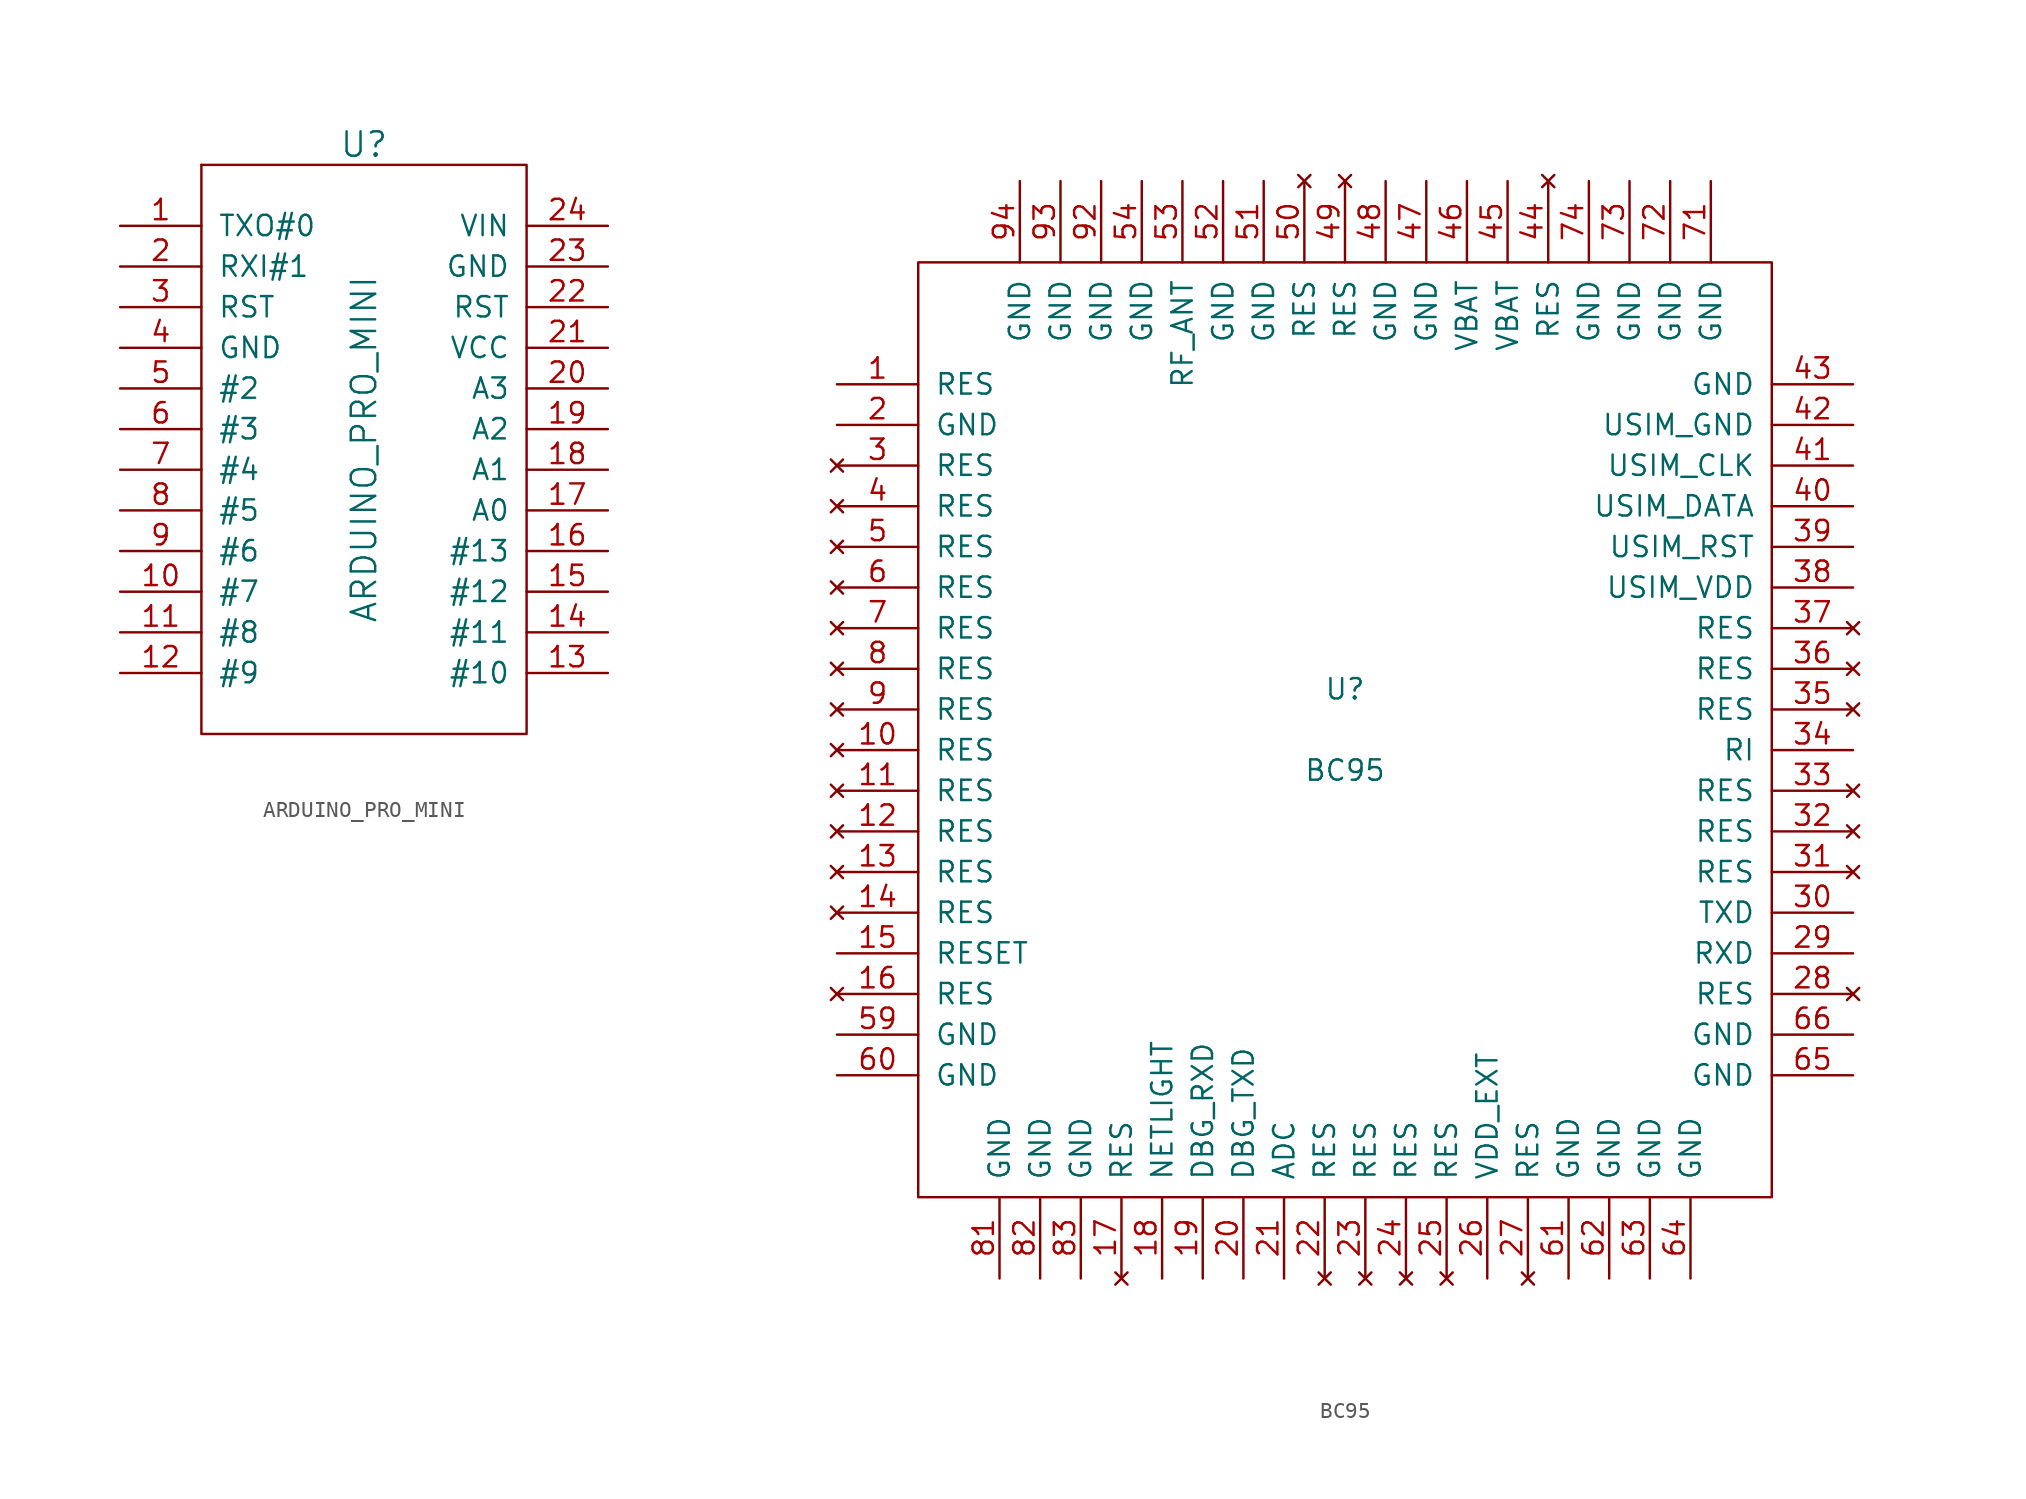
<source format=kicad_sym>
(kicad_symbol_lib
  (version 20211014)
  (generator kicad_symbol_editor)
  (symbol "ARDUINO_PRO_MINI"
    (pin_names
      (offset 1.016))
    (property "Reference" "U"
      (at 0 19.05 0)
      (effects (font (size 1.524 1.524))))
    (property "Value" "ARDUINO_PRO_MINI"
      (at 0 0 90)
      (effects (font (size 1.524 1.524))))
    (symbol "ARDUINO_PRO_MINI_0_1"
      (rectangle (start -10.16 17.78) (end -10.16 17.78) (stroke (width 0) (type default) (color 0 0 0 0)) (fill (type none)))
      (rectangle (start -10.16 17.78) (end 10.16 -17.78) (stroke (width 0) (type default) (color 0 0 0 0)) (fill (type none))))
    (symbol "ARDUINO_PRO_MINI_1_1"
      (pin output line (at -15.24 13.97 0) (length 5.08) (name "TXO#0" (effects (font (size 1.27 1.27)))) (number "1" (effects (font (size 1.27 1.27)))))
      (pin bidirectional line (at -15.24 -8.89 0) (length 5.08) (name "#7" (effects (font (size 1.27 1.27)))) (number "10" (effects (font (size 1.27 1.27)))))
      (pin bidirectional line (at -15.24 -11.43 0) (length 5.08) (name "#8" (effects (font (size 1.27 1.27)))) (number "11" (effects (font (size 1.27 1.27)))))
      (pin bidirectional line (at -15.24 -13.97 0) (length 5.08) (name "#9" (effects (font (size 1.27 1.27)))) (number "12" (effects (font (size 1.27 1.27)))))
      (pin bidirectional line (at 15.24 -13.97 180) (length 5.08) (name "#10" (effects (font (size 1.27 1.27)))) (number "13" (effects (font (size 1.27 1.27)))))
      (pin bidirectional line (at 15.24 -11.43 180) (length 5.08) (name "#11" (effects (font (size 1.27 1.27)))) (number "14" (effects (font (size 1.27 1.27)))))
      (pin bidirectional line (at 15.24 -8.89 180) (length 5.08) (name "#12" (effects (font (size 1.27 1.27)))) (number "15" (effects (font (size 1.27 1.27)))))
      (pin bidirectional line (at 15.24 -6.35 180) (length 5.08) (name "#13" (effects (font (size 1.27 1.27)))) (number "16" (effects (font (size 1.27 1.27)))))
      (pin bidirectional line (at 15.24 -3.81 180) (length 5.08) (name "A0" (effects (font (size 1.27 1.27)))) (number "17" (effects (font (size 1.27 1.27)))))
      (pin bidirectional line (at 15.24 -1.27 180) (length 5.08) (name "A1" (effects (font (size 1.27 1.27)))) (number "18" (effects (font (size 1.27 1.27)))))
      (pin input line (at 15.24 1.27 180) (length 5.08) (name "A2" (effects (font (size 1.27 1.27)))) (number "19" (effects (font (size 1.27 1.27)))))
      (pin input line (at -15.24 11.43 0) (length 5.08) (name "RXI#1" (effects (font (size 1.27 1.27)))) (number "2" (effects (font (size 1.27 1.27)))))
      (pin input line (at 15.24 3.81 180) (length 5.08) (name "A3" (effects (font (size 1.27 1.27)))) (number "20" (effects (font (size 1.27 1.27)))))
      (pin input line (at 15.24 6.35 180) (length 5.08) (name "VCC" (effects (font (size 1.27 1.27)))) (number "21" (effects (font (size 1.27 1.27)))))
      (pin input line (at 15.24 8.89 180) (length 5.08) (name "RST" (effects (font (size 1.27 1.27)))) (number "22" (effects (font (size 1.27 1.27)))))
      (pin input line (at 15.24 11.43 180) (length 5.08) (name "GND" (effects (font (size 1.27 1.27)))) (number "23" (effects (font (size 1.27 1.27)))))
      (pin input line (at 15.24 13.97 180) (length 5.08) (name "VIN" (effects (font (size 1.27 1.27)))) (number "24" (effects (font (size 1.27 1.27)))))
      (pin input line (at -15.24 8.89 0) (length 5.08) (name "RST" (effects (font (size 1.27 1.27)))) (number "3" (effects (font (size 1.27 1.27)))))
      (pin power_in line (at -15.24 6.35 0) (length 5.08) (name "GND" (effects (font (size 1.27 1.27)))) (number "4" (effects (font (size 1.27 1.27)))))
      (pin bidirectional line (at -15.24 3.81 0) (length 5.08) (name "#2" (effects (font (size 1.27 1.27)))) (number "5" (effects (font (size 1.27 1.27)))))
      (pin bidirectional line (at -15.24 1.27 0) (length 5.08) (name "#3" (effects (font (size 1.27 1.27)))) (number "6" (effects (font (size 1.27 1.27)))))
      (pin bidirectional line (at -15.24 -1.27 0) (length 5.08) (name "#4" (effects (font (size 1.27 1.27)))) (number "7" (effects (font (size 1.27 1.27)))))
      (pin bidirectional line (at -15.24 -3.81 0) (length 5.08) (name "#5" (effects (font (size 1.27 1.27)))) (number "8" (effects (font (size 1.27 1.27)))))
      (pin bidirectional line (at -15.24 -6.35 0) (length 5.08) (name "#6" (effects (font (size 1.27 1.27)))) (number "9" (effects (font (size 1.27 1.27)))))))
  (symbol "BC95"
    (pin_names
      (offset 1.016))
    (property "Reference" "U"
      (at 0 2.54 0)
      (effects (font (size 1.27 1.27))))
    (property "Value" "BC95"
      (at 0 -2.54 0)
      (effects (font (size 1.27 1.27))))
    (symbol "BC95_0_1"
      (rectangle (start -26.67 29.21) (end 26.67 -29.21) (stroke (width 0) (type default) (color 0 0 0 0)) (fill (type none))))
    (symbol "BC95_1_1"
      (pin input line (at -31.75 21.59 0) (length 5.08) (name "RES" (effects (font (size 1.27 1.27)))) (number "1" (effects (font (size 1.27 1.27)))))
      (pin no_connect line (at -31.75 -1.27 0) (length 5.08) (name "RES" (effects (font (size 1.27 1.27)))) (number "10" (effects (font (size 1.27 1.27)))))
      (pin no_connect line (at -31.75 -3.81 0) (length 5.08) (name "RES" (effects (font (size 1.27 1.27)))) (number "11" (effects (font (size 1.27 1.27)))))
      (pin no_connect line (at -31.75 -6.35 0) (length 5.08) (name "RES" (effects (font (size 1.27 1.27)))) (number "12" (effects (font (size 1.27 1.27)))))
      (pin no_connect line (at -31.75 -8.89 0) (length 5.08) (name "RES" (effects (font (size 1.27 1.27)))) (number "13" (effects (font (size 1.27 1.27)))))
      (pin no_connect line (at -31.75 -11.43 0) (length 5.08) (name "RES" (effects (font (size 1.27 1.27)))) (number "14" (effects (font (size 1.27 1.27)))))
      (pin input line (at -31.75 -13.97 0) (length 5.08) (name "RESET" (effects (font (size 1.27 1.27)))) (number "15" (effects (font (size 1.27 1.27)))))
      (pin no_connect line (at -31.75 -16.51 0) (length 5.08) (name "RES" (effects (font (size 1.27 1.27)))) (number "16" (effects (font (size 1.27 1.27)))))
      (pin no_connect line (at -13.97 -34.29 90) (length 5.08) (name "RES" (effects (font (size 1.27 1.27)))) (number "17" (effects (font (size 1.27 1.27)))))
      (pin output line (at -11.43 -34.29 90) (length 5.08) (name "NETLIGHT" (effects (font (size 1.27 1.27)))) (number "18" (effects (font (size 1.27 1.27)))))
      (pin input line (at -8.89 -34.29 90) (length 5.08) (name "DBG_RXD" (effects (font (size 1.27 1.27)))) (number "19" (effects (font (size 1.27 1.27)))))
      (pin input line (at -31.75 19.05 0) (length 5.08) (name "GND" (effects (font (size 1.27 1.27)))) (number "2" (effects (font (size 1.27 1.27)))))
      (pin input line (at -6.35 -34.29 90) (length 5.08) (name "DBG_TXD" (effects (font (size 1.27 1.27)))) (number "20" (effects (font (size 1.27 1.27)))))
      (pin input line (at -3.81 -34.29 90) (length 5.08) (name "ADC" (effects (font (size 1.27 1.27)))) (number "21" (effects (font (size 1.27 1.27)))))
      (pin no_connect line (at -1.27 -34.29 90) (length 5.08) (name "RES" (effects (font (size 1.27 1.27)))) (number "22" (effects (font (size 1.27 1.27)))))
      (pin no_connect line (at 1.27 -34.29 90) (length 5.08) (name "RES" (effects (font (size 1.27 1.27)))) (number "23" (effects (font (size 1.27 1.27)))))
      (pin no_connect line (at 3.81 -34.29 90) (length 5.08) (name "RES" (effects (font (size 1.27 1.27)))) (number "24" (effects (font (size 1.27 1.27)))))
      (pin no_connect line (at 6.35 -34.29 90) (length 5.08) (name "RES" (effects (font (size 1.27 1.27)))) (number "25" (effects (font (size 1.27 1.27)))))
      (pin output line (at 8.89 -34.29 90) (length 5.08) (name "VDD_EXT" (effects (font (size 1.27 1.27)))) (number "26" (effects (font (size 1.27 1.27)))))
      (pin no_connect line (at 11.43 -34.29 90) (length 5.08) (name "RES" (effects (font (size 1.27 1.27)))) (number "27" (effects (font (size 1.27 1.27)))))
      (pin no_connect line (at 31.75 -16.51 180) (length 5.08) (name "RES" (effects (font (size 1.27 1.27)))) (number "28" (effects (font (size 1.27 1.27)))))
      (pin input line (at 31.75 -13.97 180) (length 5.08) (name "RXD" (effects (font (size 1.27 1.27)))) (number "29" (effects (font (size 1.27 1.27)))))
      (pin no_connect line (at -31.75 16.51 0) (length 5.08) (name "RES" (effects (font (size 1.27 1.27)))) (number "3" (effects (font (size 1.27 1.27)))))
      (pin output line (at 31.75 -11.43 180) (length 5.08) (name "TXD" (effects (font (size 1.27 1.27)))) (number "30" (effects (font (size 1.27 1.27)))))
      (pin no_connect line (at 31.75 -8.89 180) (length 5.08) (name "RES" (effects (font (size 1.27 1.27)))) (number "31" (effects (font (size 1.27 1.27)))))
      (pin no_connect line (at 31.75 -6.35 180) (length 5.08) (name "RES" (effects (font (size 1.27 1.27)))) (number "32" (effects (font (size 1.27 1.27)))))
      (pin no_connect line (at 31.75 -3.81 180) (length 5.08) (name "RES" (effects (font (size 1.27 1.27)))) (number "33" (effects (font (size 1.27 1.27)))))
      (pin input line (at 31.75 -1.27 180) (length 5.08) (name "RI" (effects (font (size 1.27 1.27)))) (number "34" (effects (font (size 1.27 1.27)))))
      (pin no_connect line (at 31.75 1.27 180) (length 5.08) (name "RES" (effects (font (size 1.27 1.27)))) (number "35" (effects (font (size 1.27 1.27)))))
      (pin no_connect line (at 31.75 3.81 180) (length 5.08) (name "RES" (effects (font (size 1.27 1.27)))) (number "36" (effects (font (size 1.27 1.27)))))
      (pin no_connect line (at 31.75 6.35 180) (length 5.08) (name "RES" (effects (font (size 1.27 1.27)))) (number "37" (effects (font (size 1.27 1.27)))))
      (pin input line (at 31.75 8.89 180) (length 5.08) (name "USIM_VDD" (effects (font (size 1.27 1.27)))) (number "38" (effects (font (size 1.27 1.27)))))
      (pin input line (at 31.75 11.43 180) (length 5.08) (name "USIM_RST" (effects (font (size 1.27 1.27)))) (number "39" (effects (font (size 1.27 1.27)))))
      (pin no_connect line (at -31.75 13.97 0) (length 5.08) (name "RES" (effects (font (size 1.27 1.27)))) (number "4" (effects (font (size 1.27 1.27)))))
      (pin input line (at 31.75 13.97 180) (length 5.08) (name "USIM_DATA" (effects (font (size 1.27 1.27)))) (number "40" (effects (font (size 1.27 1.27)))))
      (pin input line (at 31.75 16.51 180) (length 5.08) (name "USIM_CLK" (effects (font (size 1.27 1.27)))) (number "41" (effects (font (size 1.27 1.27)))))
      (pin input line (at 31.75 19.05 180) (length 5.08) (name "USIM_GND" (effects (font (size 1.27 1.27)))) (number "42" (effects (font (size 1.27 1.27)))))
      (pin input line (at 31.75 21.59 180) (length 5.08) (name "GND" (effects (font (size 1.27 1.27)))) (number "43" (effects (font (size 1.27 1.27)))))
      (pin no_connect line (at 12.7 34.29 270) (length 5.08) (name "RES" (effects (font (size 1.27 1.27)))) (number "44" (effects (font (size 1.27 1.27)))))
      (pin input line (at 10.16 34.29 270) (length 5.08) (name "VBAT" (effects (font (size 1.27 1.27)))) (number "45" (effects (font (size 1.27 1.27)))))
      (pin input line (at 7.62 34.29 270) (length 5.08) (name "VBAT" (effects (font (size 1.27 1.27)))) (number "46" (effects (font (size 1.27 1.27)))))
      (pin input line (at 5.08 34.29 270) (length 5.08) (name "GND" (effects (font (size 1.27 1.27)))) (number "47" (effects (font (size 1.27 1.27)))))
      (pin input line (at 2.54 34.29 270) (length 5.08) (name "GND" (effects (font (size 1.27 1.27)))) (number "48" (effects (font (size 1.27 1.27)))))
      (pin no_connect line (at 0 34.29 270) (length 5.08) (name "RES" (effects (font (size 1.27 1.27)))) (number "49" (effects (font (size 1.27 1.27)))))
      (pin no_connect line (at -31.75 11.43 0) (length 5.08) (name "RES" (effects (font (size 1.27 1.27)))) (number "5" (effects (font (size 1.27 1.27)))))
      (pin no_connect line (at -2.54 34.29 270) (length 5.08) (name "RES" (effects (font (size 1.27 1.27)))) (number "50" (effects (font (size 1.27 1.27)))))
      (pin input line (at -5.08 34.29 270) (length 5.08) (name "GND" (effects (font (size 1.27 1.27)))) (number "51" (effects (font (size 1.27 1.27)))))
      (pin input line (at -7.62 34.29 270) (length 5.08) (name "GND" (effects (font (size 1.27 1.27)))) (number "52" (effects (font (size 1.27 1.27)))))
      (pin input line (at -10.16 34.29 270) (length 5.08) (name "RF_ANT" (effects (font (size 1.27 1.27)))) (number "53" (effects (font (size 1.27 1.27)))))
      (pin input line (at -12.7 34.29 270) (length 5.08) (name "GND" (effects (font (size 1.27 1.27)))) (number "54" (effects (font (size 1.27 1.27)))))
      (pin no_connect line (at -10.16 -3.81 0) (length 5.08) hide (name "RES" (effects (font (size 1.27 1.27)))) (number "55" (effects (font (size 1.27 1.27)))))
      (pin no_connect line (at -10.16 -6.35 0) (length 5.08) hide (name "RES" (effects (font (size 1.27 1.27)))) (number "56" (effects (font (size 1.27 1.27)))))
      (pin no_connect line (at -10.16 -8.89 0) (length 5.08) hide (name "RES" (effects (font (size 1.27 1.27)))) (number "57" (effects (font (size 1.27 1.27)))))
      (pin no_connect line (at -10.16 -11.43 0) (length 5.08) hide (name "RES" (effects (font (size 1.27 1.27)))) (number "58" (effects (font (size 1.27 1.27)))))
      (pin input line (at -31.75 -19.05 0) (length 5.08) (name "GND" (effects (font (size 1.27 1.27)))) (number "59" (effects (font (size 1.27 1.27)))))
      (pin no_connect line (at -31.75 8.89 0) (length 5.08) (name "RES" (effects (font (size 1.27 1.27)))) (number "6" (effects (font (size 1.27 1.27)))))
      (pin input line (at -31.75 -21.59 0) (length 5.08) (name "GND" (effects (font (size 1.27 1.27)))) (number "60" (effects (font (size 1.27 1.27)))))
      (pin input line (at 13.97 -34.29 90) (length 5.08) (name "GND" (effects (font (size 1.27 1.27)))) (number "61" (effects (font (size 1.27 1.27)))))
      (pin input line (at 16.51 -34.29 90) (length 5.08) (name "GND" (effects (font (size 1.27 1.27)))) (number "62" (effects (font (size 1.27 1.27)))))
      (pin input line (at 19.05 -34.29 90) (length 5.08) (name "GND" (effects (font (size 1.27 1.27)))) (number "63" (effects (font (size 1.27 1.27)))))
      (pin input line (at 21.59 -34.29 90) (length 5.08) (name "GND" (effects (font (size 1.27 1.27)))) (number "64" (effects (font (size 1.27 1.27)))))
      (pin input line (at 31.75 -21.59 180) (length 5.08) (name "GND" (effects (font (size 1.27 1.27)))) (number "65" (effects (font (size 1.27 1.27)))))
      (pin input line (at 31.75 -19.05 180) (length 5.08) (name "GND" (effects (font (size 1.27 1.27)))) (number "66" (effects (font (size 1.27 1.27)))))
      (pin no_connect line (at 11.43 -11.43 180) (length 5.08) hide (name "RES" (effects (font (size 1.27 1.27)))) (number "67" (effects (font (size 1.27 1.27)))))
      (pin no_connect line (at 11.43 -8.89 180) (length 5.08) hide (name "RES" (effects (font (size 1.27 1.27)))) (number "68" (effects (font (size 1.27 1.27)))))
      (pin no_connect line (at 11.43 -6.35 180) (length 5.08) hide (name "RES" (effects (font (size 1.27 1.27)))) (number "69" (effects (font (size 1.27 1.27)))))
      (pin no_connect line (at -31.75 6.35 0) (length 5.08) (name "RES" (effects (font (size 1.27 1.27)))) (number "7" (effects (font (size 1.27 1.27)))))
      (pin no_connect line (at 11.43 -3.81 180) (length 5.08) hide (name "RES" (effects (font (size 1.27 1.27)))) (number "70" (effects (font (size 1.27 1.27)))))
      (pin input line (at 22.86 34.29 270) (length 5.08) (name "GND" (effects (font (size 1.27 1.27)))) (number "71" (effects (font (size 1.27 1.27)))))
      (pin input line (at 20.32 34.29 270) (length 5.08) (name "GND" (effects (font (size 1.27 1.27)))) (number "72" (effects (font (size 1.27 1.27)))))
      (pin input line (at 17.78 34.29 270) (length 5.08) (name "GND" (effects (font (size 1.27 1.27)))) (number "73" (effects (font (size 1.27 1.27)))))
      (pin input line (at 15.24 34.29 270) (length 5.08) (name "GND" (effects (font (size 1.27 1.27)))) (number "74" (effects (font (size 1.27 1.27)))))
      (pin no_connect line (at -10.16 17.78 0) (length 5.08) hide (name "RES" (effects (font (size 1.27 1.27)))) (number "75" (effects (font (size 1.27 1.27)))))
      (pin no_connect line (at -10.16 15.24 0) (length 5.08) hide (name "RES" (effects (font (size 1.27 1.27)))) (number "76" (effects (font (size 1.27 1.27)))))
      (pin no_connect line (at -10.16 12.7 0) (length 5.08) hide (name "RES" (effects (font (size 1.27 1.27)))) (number "77" (effects (font (size 1.27 1.27)))))
      (pin no_connect line (at -10.16 10.16 0) (length 5.08) hide (name "RES" (effects (font (size 1.27 1.27)))) (number "78" (effects (font (size 1.27 1.27)))))
      (pin no_connect line (at -10.16 7.62 0) (length 5.08) hide (name "RES" (effects (font (size 1.27 1.27)))) (number "79" (effects (font (size 1.27 1.27)))))
      (pin no_connect line (at -31.75 3.81 0) (length 5.08) (name "RES" (effects (font (size 1.27 1.27)))) (number "8" (effects (font (size 1.27 1.27)))))
      (pin no_connect line (at -10.16 5.08 0) (length 5.08) hide (name "RES" (effects (font (size 1.27 1.27)))) (number "80" (effects (font (size 1.27 1.27)))))
      (pin input line (at -21.59 -34.29 90) (length 5.08) (name "GND" (effects (font (size 1.27 1.27)))) (number "81" (effects (font (size 1.27 1.27)))))
      (pin input line (at -19.05 -34.29 90) (length 5.08) (name "GND" (effects (font (size 1.27 1.27)))) (number "82" (effects (font (size 1.27 1.27)))))
      (pin input line (at -16.51 -34.29 90) (length 5.08) (name "GND" (effects (font (size 1.27 1.27)))) (number "83" (effects (font (size 1.27 1.27)))))
      (pin no_connect line (at 0 -21.59 180) (length 5.08) hide (name "RES" (effects (font (size 1.27 1.27)))) (number "84" (effects (font (size 1.27 1.27)))))
      (pin no_connect line (at 11.43 5.08 0) (length 5.08) hide (name "RES" (effects (font (size 1.27 1.27)))) (number "85" (effects (font (size 1.27 1.27)))))
      (pin no_connect line (at 11.43 7.62 0) (length 5.08) hide (name "RES" (effects (font (size 1.27 1.27)))) (number "86" (effects (font (size 1.27 1.27)))))
      (pin no_connect line (at 11.43 10.16 0) (length 5.08) hide (name "RES" (effects (font (size 1.27 1.27)))) (number "87" (effects (font (size 1.27 1.27)))))
      (pin no_connect line (at 11.43 12.7 0) (length 5.08) hide (name "RES" (effects (font (size 1.27 1.27)))) (number "88" (effects (font (size 1.27 1.27)))))
      (pin no_connect line (at 11.43 15.24 0) (length 5.08) hide (name "RES" (effects (font (size 1.27 1.27)))) (number "89" (effects (font (size 1.27 1.27)))))
      (pin no_connect line (at -31.75 1.27 0) (length 5.08) (name "RES" (effects (font (size 1.27 1.27)))) (number "9" (effects (font (size 1.27 1.27)))))
      (pin no_connect line (at 11.43 17.78 0) (length 5.08) hide (name "RES" (effects (font (size 1.27 1.27)))) (number "90" (effects (font (size 1.27 1.27)))))
      (pin no_connect line (at 3.81 21.59 0) (length 5.08) hide (name "RES" (effects (font (size 1.27 1.27)))) (number "91" (effects (font (size 1.27 1.27)))))
      (pin input line (at -15.24 34.29 270) (length 5.08) (name "GND" (effects (font (size 1.27 1.27)))) (number "92" (effects (font (size 1.27 1.27)))))
      (pin input line (at -17.78 34.29 270) (length 5.08) (name "GND" (effects (font (size 1.27 1.27)))) (number "93" (effects (font (size 1.27 1.27)))))
      (pin input line (at -20.32 34.29 270) (length 5.08) (name "GND" (effects (font (size 1.27 1.27)))) (number "94" (effects (font (size 1.27 1.27))))))))
</source>
